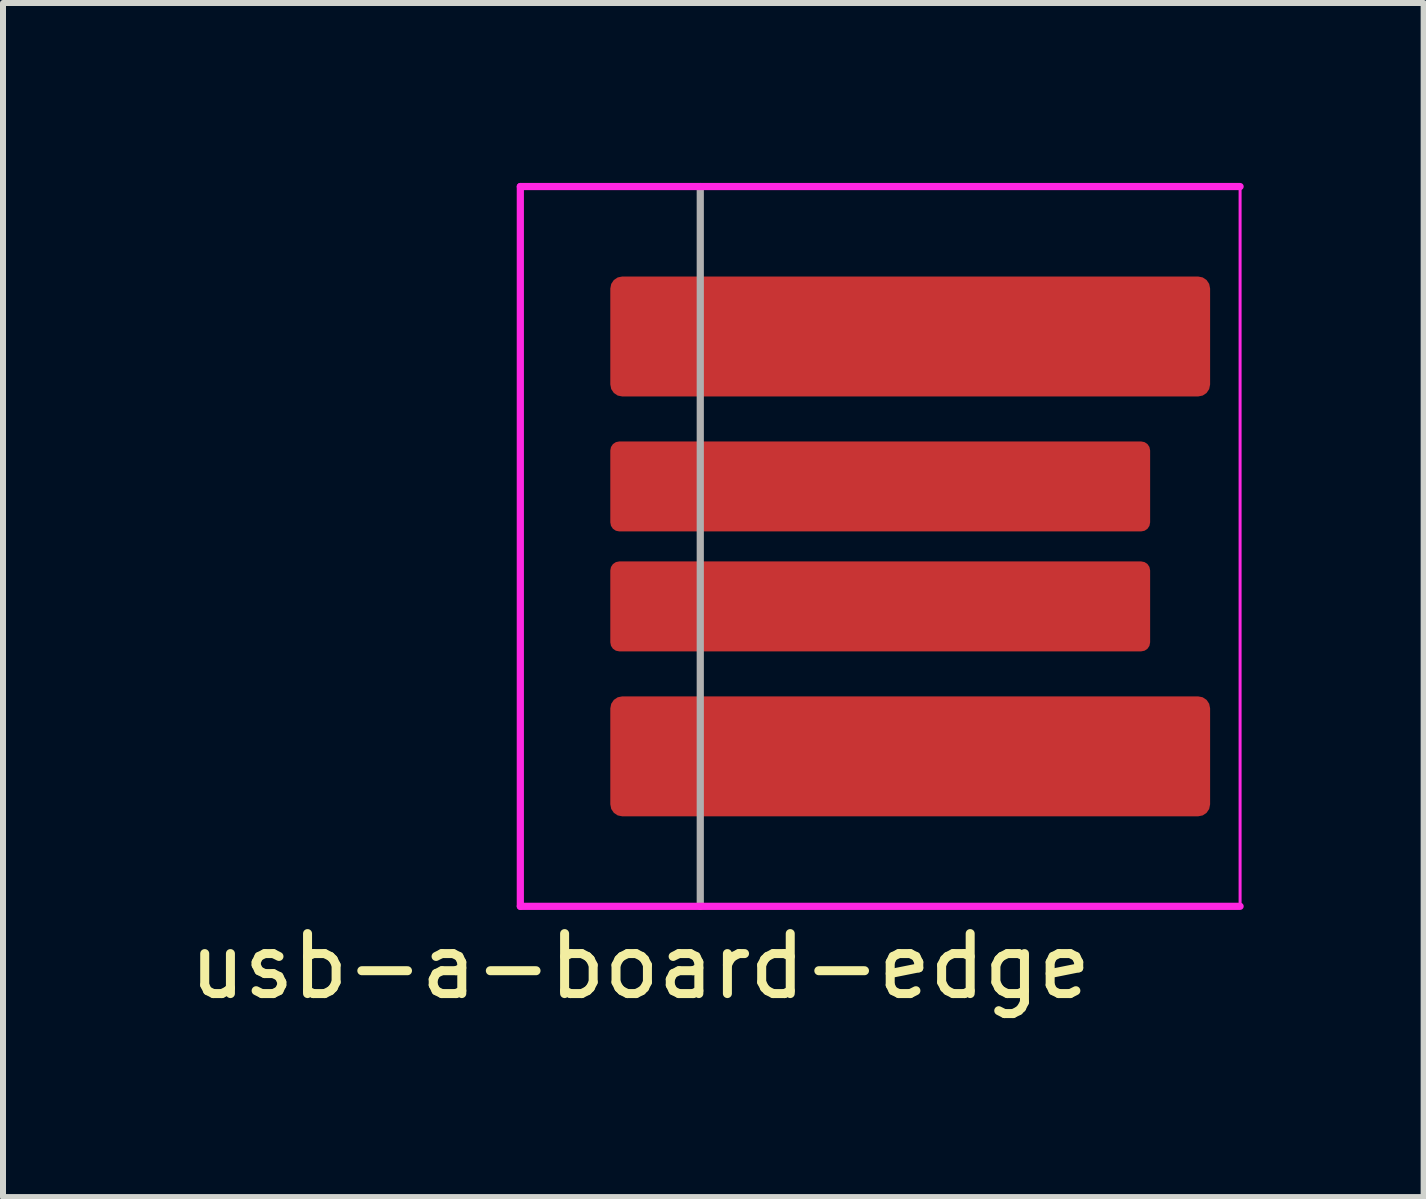
<source format=kicad_pcb>
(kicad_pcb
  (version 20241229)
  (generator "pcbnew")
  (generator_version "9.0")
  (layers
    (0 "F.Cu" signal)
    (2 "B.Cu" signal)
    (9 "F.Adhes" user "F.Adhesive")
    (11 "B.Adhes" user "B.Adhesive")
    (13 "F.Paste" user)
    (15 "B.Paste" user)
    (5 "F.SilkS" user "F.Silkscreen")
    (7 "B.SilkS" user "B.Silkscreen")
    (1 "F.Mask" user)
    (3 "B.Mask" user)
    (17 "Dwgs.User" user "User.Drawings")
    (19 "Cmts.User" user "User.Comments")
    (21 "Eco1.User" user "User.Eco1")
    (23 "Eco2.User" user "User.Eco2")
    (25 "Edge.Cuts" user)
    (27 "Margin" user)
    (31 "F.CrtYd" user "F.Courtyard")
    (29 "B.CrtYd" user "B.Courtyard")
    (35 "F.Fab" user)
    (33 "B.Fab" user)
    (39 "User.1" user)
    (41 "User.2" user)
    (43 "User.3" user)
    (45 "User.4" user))
  (footprint "usb-a-board-edge"
    (layer "F.Cu")
    (at 12.625 6.06)
    (property "Reference" "usb-a-board-edge" (at -5 7 0) (layer "F.SilkS") (effects (font (size 1 1) (thickness 0.15))))
    (attr through_hole)
    (fp_poly (pts (xy 5 6) (xy -5 6) (xy -5 -6) (xy 5 -6)) (stroke (width 0.1) (type solid)) (fill yes) (layer "F.Mask"))
    (fp_line (start -7 -6) (end -7 6) (stroke (width 0.12) (type solid)) (layer "F.CrtYd"))
    (fp_line (start -7 6) (end 5 6) (stroke (width 0.12) (type solid)) (layer "F.CrtYd"))
    (fp_line (start 5 -6) (end -7 -6) (stroke (width 0.12) (type solid)) (layer "F.CrtYd"))
    (fp_line (start 5 -6) (end 5 6) (stroke (width 0.05) (type solid)) (layer "F.CrtYd"))
    (fp_line (start -4 -6) (end -4 6) (stroke (width 0.12) (type solid)) (layer "F.Fab"))
    (pad "1" connect roundrect (at -0.5 -3.5) (size 10 2) (layers "F.Cu") (roundrect_rratio 0.1))
    (pad "2" connect roundrect (at -1 -1) (size 9 1.5) (layers "F.Cu") (roundrect_rratio 0.1))
    (pad "3" connect roundrect (at -1 1) (size 9 1.5) (layers "F.Cu") (roundrect_rratio 0.1))
    (pad "4" connect roundrect (at -0.5 3.5) (size 10 2) (layers "F.Cu") (roundrect_rratio 0.1)))
  (gr_rect
    (start -3 -3)
    (end 20.685 16.908)
    (stroke (width 0.1) (type default))
    (fill no)
    (layer "Edge.Cuts")))
</source>
